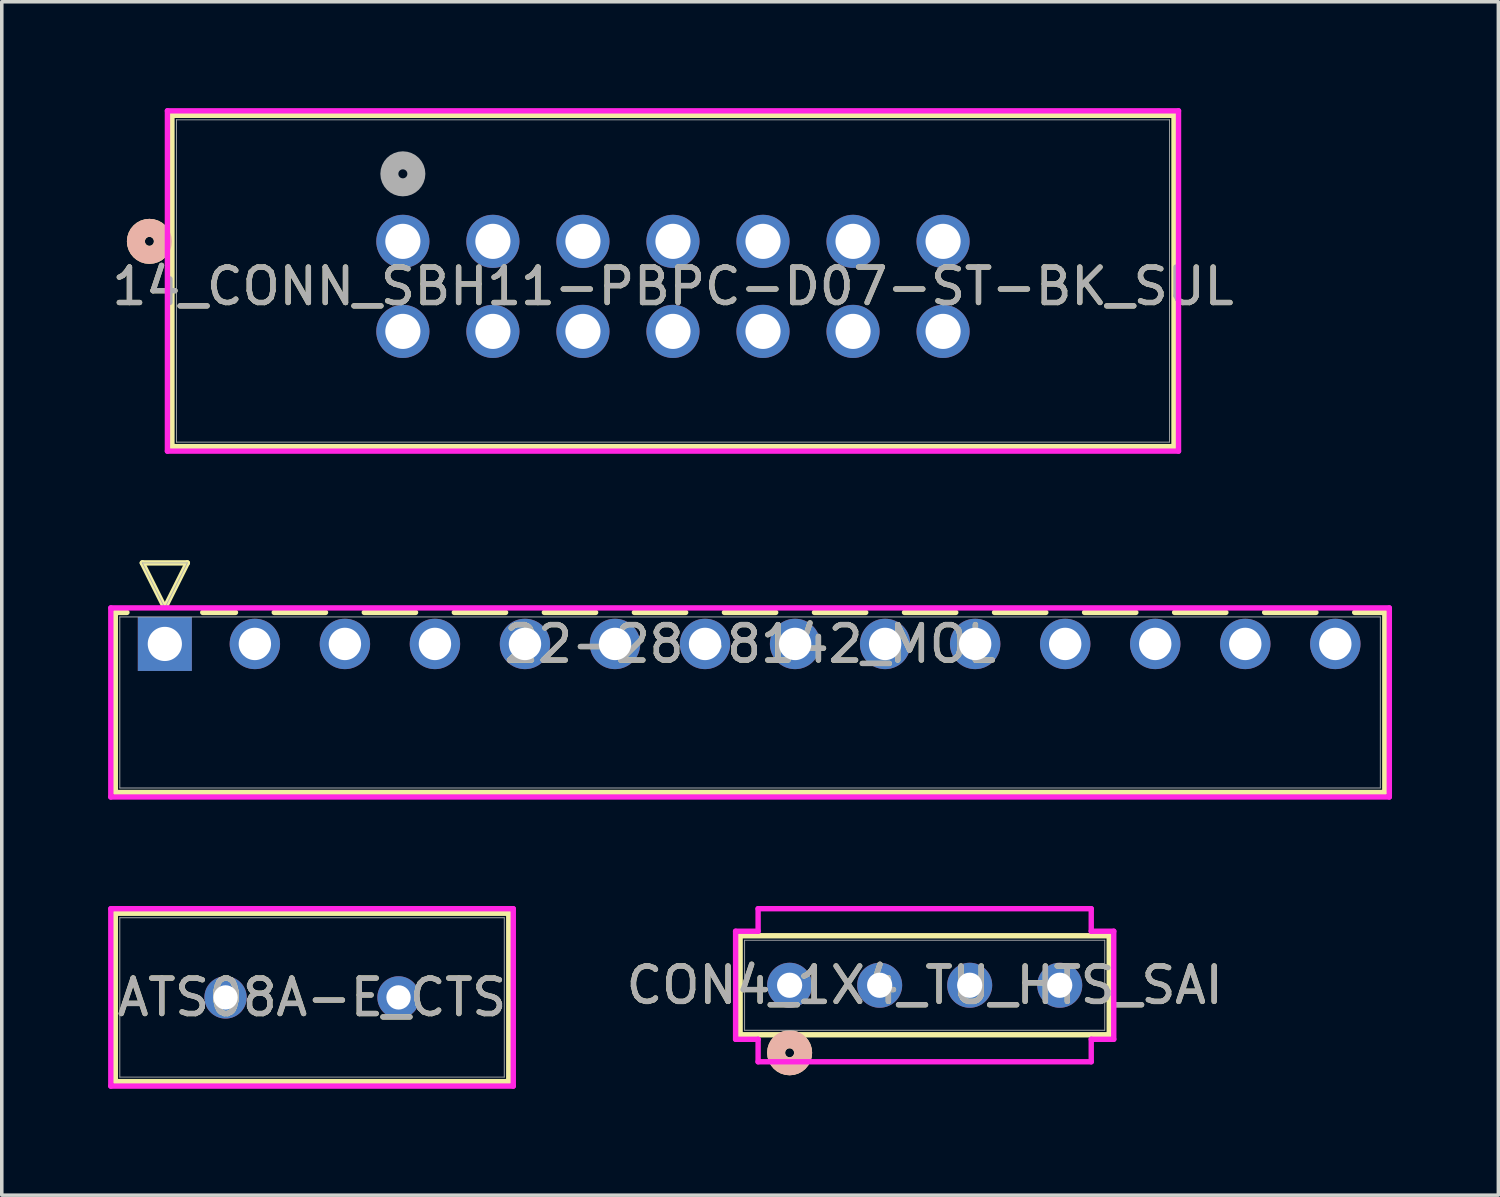
<source format=kicad_pcb>
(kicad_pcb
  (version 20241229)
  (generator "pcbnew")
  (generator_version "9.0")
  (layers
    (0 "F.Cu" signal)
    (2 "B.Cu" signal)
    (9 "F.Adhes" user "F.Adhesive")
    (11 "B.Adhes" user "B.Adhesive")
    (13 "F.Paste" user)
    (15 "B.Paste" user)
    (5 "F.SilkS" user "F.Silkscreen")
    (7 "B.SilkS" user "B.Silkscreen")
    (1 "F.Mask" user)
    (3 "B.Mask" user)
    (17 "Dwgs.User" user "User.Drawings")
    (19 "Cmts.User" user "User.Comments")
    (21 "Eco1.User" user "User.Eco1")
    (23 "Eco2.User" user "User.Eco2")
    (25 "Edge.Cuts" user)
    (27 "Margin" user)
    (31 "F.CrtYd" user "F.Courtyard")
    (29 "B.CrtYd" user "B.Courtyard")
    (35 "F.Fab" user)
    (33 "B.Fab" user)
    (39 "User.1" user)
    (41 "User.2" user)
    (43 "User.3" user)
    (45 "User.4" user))
  (footprint "14_CONN_SBH11-PBPC-D07-ST-BK_SUL"
    (layer "F.Cu")
    (at 8.315 3.759)
    (property "Reference" "14_CONN_SBH11-PBPC-D07-ST-BK_SUL" (at 7.62 1.27 0) (unlocked yes) (layer "F.SilkS") (effects (font (size 1 1) (thickness 0.15))))
    (attr through_hole)
    (fp_line (start -6.515 -3.556) (end -6.515 5.791) (stroke (width 0.152) (type solid)) (layer "F.SilkS"))
    (fp_line (start -6.515 5.791) (end 21.755 5.791) (stroke (width 0.152) (type solid)) (layer "F.SilkS"))
    (fp_line (start 21.755 -3.556) (end -6.515 -3.556) (stroke (width 0.152) (type solid)) (layer "F.SilkS"))
    (fp_line (start 21.755 5.791) (end 21.755 -3.556) (stroke (width 0.152) (type solid)) (layer "F.SilkS"))
    (fp_circle (center -7.15 0) (end -6.769 0) (stroke (width 0.508) (type solid)) (fill no) (layer "F.SilkS"))
    (fp_circle (center -7.15 0) (end -6.769 0) (stroke (width 0.508) (type solid)) (fill no) (layer "B.SilkS"))
    (fp_line (start -6.642 -3.683) (end -6.642 5.918) (stroke (width 0.152) (type solid)) (layer "F.CrtYd"))
    (fp_line (start -6.642 5.918) (end 21.882 5.918) (stroke (width 0.152) (type solid)) (layer "F.CrtYd"))
    (fp_line (start 21.882 -3.683) (end -6.642 -3.683) (stroke (width 0.152) (type solid)) (layer "F.CrtYd"))
    (fp_line (start 21.882 5.918) (end 21.882 -3.683) (stroke (width 0.152) (type solid)) (layer "F.CrtYd"))
    (fp_line (start -6.388 -3.429) (end -6.388 5.664) (stroke (width 0.025) (type solid)) (layer "F.Fab"))
    (fp_line (start -6.388 5.664) (end 21.628 5.664) (stroke (width 0.025) (type solid)) (layer "F.Fab"))
    (fp_line (start 21.628 -3.429) (end -6.388 -3.429) (stroke (width 0.025) (type solid)) (layer "F.Fab"))
    (fp_line (start 21.628 5.664) (end 21.628 -3.429) (stroke (width 0.025) (type solid)) (layer "F.Fab"))
    (fp_circle (center 0 -1.905) (end 0.381 -1.905) (stroke (width 0.508) (type solid)) (fill no) (layer "F.Fab"))
    (fp_text user "${REFERENCE}" (at 7.62 1.27 0) (unlocked yes) (layer "F.Fab") (effects (font (size 1 1) (thickness 0.15))))
    (pad "1" thru_hole circle (at 0 0) (size 1.499 1.499) (drill 0.991) (layers "*.Cu" "*.Mask"))
    (pad "2" thru_hole circle (at 0 2.54) (size 1.499 1.499) (drill 0.991) (layers "*.Cu" "*.Mask"))
    (pad "3" thru_hole circle (at 2.54 0) (size 1.499 1.499) (drill 0.991) (layers "*.Cu" "*.Mask"))
    (pad "4" thru_hole circle (at 2.54 2.54) (size 1.499 1.499) (drill 0.991) (layers "*.Cu" "*.Mask"))
    (pad "5" thru_hole circle (at 5.08 0) (size 1.499 1.499) (drill 0.991) (layers "*.Cu" "*.Mask"))
    (pad "6" thru_hole circle (at 5.08 2.54) (size 1.499 1.499) (drill 0.991) (layers "*.Cu" "*.Mask"))
    (pad "7" thru_hole circle (at 7.62 0) (size 1.499 1.499) (drill 0.991) (layers "*.Cu" "*.Mask"))
    (pad "8" thru_hole circle (at 7.62 2.54) (size 1.499 1.499) (drill 0.991) (layers "*.Cu" "*.Mask"))
    (pad "9" thru_hole circle (at 10.16 0) (size 1.499 1.499) (drill 0.991) (layers "*.Cu" "*.Mask"))
    (pad "10" thru_hole circle (at 10.16 2.54) (size 1.499 1.499) (drill 0.991) (layers "*.Cu" "*.Mask"))
    (pad "11" thru_hole circle (at 12.7 0) (size 1.499 1.499) (drill 0.991) (layers "*.Cu" "*.Mask"))
    (pad "12" thru_hole circle (at 12.7 2.54) (size 1.499 1.499) (drill 0.991) (layers "*.Cu" "*.Mask"))
    (pad "13" thru_hole circle (at 15.24 0) (size 1.499 1.499) (drill 0.991) (layers "*.Cu" "*.Mask"))
    (pad "14" thru_hole circle (at 15.24 2.54) (size 1.499 1.499) (drill 0.991) (layers "*.Cu" "*.Mask")))
  (footprint "ATS08A-E_CTS"
    (layer "F.Cu")
    (at 3.313 25.088)
    (property "Reference" "ATS08A-E_CTS" (at 2.44 0 0) (unlocked yes) (layer "F.SilkS") (effects (font (size 1 1) (thickness 0.15))))
    (attr through_hole)
    (fp_line (start -3.11 -2.375) (end -3.11 2.375) (stroke (width 0.152) (type solid)) (layer "F.SilkS"))
    (fp_line (start 7.99 -2.375) (end -3.11 -2.375) (stroke (width 0.152) (type solid)) (layer "F.SilkS"))
    (fp_line (start 7.99 -2.375) (end 7.99 2.375) (stroke (width 0.152) (type solid)) (layer "F.SilkS"))
    (fp_line (start 7.99 2.375) (end -3.11 2.375) (stroke (width 0.152) (type solid)) (layer "F.SilkS"))
    (fp_line (start -3.237 -2.502) (end 8.117 -2.502) (stroke (width 0.152) (type solid)) (layer "F.CrtYd"))
    (fp_line (start -3.237 2.502) (end -3.237 -2.502) (stroke (width 0.152) (type solid)) (layer "F.CrtYd"))
    (fp_line (start 8.117 -2.502) (end 8.117 2.502) (stroke (width 0.152) (type solid)) (layer "F.CrtYd"))
    (fp_line (start 8.117 2.502) (end -3.237 2.502) (stroke (width 0.152) (type solid)) (layer "F.CrtYd"))
    (fp_line (start -2.983 -2.248) (end -2.983 2.248) (stroke (width 0.025) (type solid)) (layer "F.Fab"))
    (fp_line (start 7.863 -2.248) (end -2.983 -2.248) (stroke (width 0.025) (type solid)) (layer "F.Fab"))
    (fp_line (start 7.863 -2.248) (end 7.863 2.248) (stroke (width 0.025) (type solid)) (layer "F.Fab"))
    (fp_line (start 7.863 2.248) (end -2.983 2.248) (stroke (width 0.025) (type solid)) (layer "F.Fab"))
    (fp_circle (center -2.475 0) (end -2.475 0) (stroke (width 0.025) (type solid)) (fill no) (layer "F.Fab"))
    (fp_text user "${REFERENCE}" (at 2.44 0 0) (unlocked yes) (layer "F.Fab") (effects (font (size 1 1) (thickness 0.15))))
    (pad "1" thru_hole circle (at 0 0) (size 1.194 1.194) (drill 0.686) (layers "*.Cu" "*.Mask"))
    (pad "2" thru_hole circle (at 4.88 0) (size 1.194 1.194) (drill 0.686) (layers "*.Cu" "*.Mask")))
  (footprint "CON4_1X4_TU_HTS_SAI"
    (layer "F.Cu")
    (at 23.036 24.745)
    (property "Reference" "CON4_1X4_TU_HTS_SAI" (at 0 0 0) (unlocked yes) (layer "F.SilkS") (effects (font (size 1 1) (thickness 0.15))))
    (attr through_hole)
    (fp_line (start -5.207 -1.397) (end -5.207 1.397) (stroke (width 0.152) (type solid)) (layer "F.SilkS"))
    (fp_line (start -5.207 1.397) (end 5.207 1.397) (stroke (width 0.152) (type solid)) (layer "F.SilkS"))
    (fp_line (start 5.207 -1.397) (end -5.207 -1.397) (stroke (width 0.152) (type solid)) (layer "F.SilkS"))
    (fp_line (start 5.207 1.397) (end 5.207 -1.397) (stroke (width 0.152) (type solid)) (layer "F.SilkS"))
    (fp_circle (center -3.81 1.905) (end -3.429 1.905) (stroke (width 0.508) (type solid)) (fill no) (layer "F.SilkS"))
    (fp_circle (center -3.81 1.905) (end -3.429 1.905) (stroke (width 0.508) (type solid)) (fill no) (layer "B.SilkS"))
    (fp_line (start -5.334 -1.524) (end -5.334 1.524) (stroke (width 0.152) (type solid)) (layer "F.CrtYd"))
    (fp_line (start -5.334 1.524) (end -4.699 1.524) (stroke (width 0.152) (type solid)) (layer "F.CrtYd"))
    (fp_line (start -4.699 -2.159) (end -4.699 -1.524) (stroke (width 0.152) (type solid)) (layer "F.CrtYd"))
    (fp_line (start -4.699 -1.524) (end -5.334 -1.524) (stroke (width 0.152) (type solid)) (layer "F.CrtYd"))
    (fp_line (start -4.699 1.524) (end -4.699 2.159) (stroke (width 0.152) (type solid)) (layer "F.CrtYd"))
    (fp_line (start -4.699 2.159) (end 4.699 2.159) (stroke (width 0.152) (type solid)) (layer "F.CrtYd"))
    (fp_line (start 4.699 -2.159) (end -4.699 -2.159) (stroke (width 0.152) (type solid)) (layer "F.CrtYd"))
    (fp_line (start 4.699 -1.524) (end 4.699 -2.159) (stroke (width 0.152) (type solid)) (layer "F.CrtYd"))
    (fp_line (start 4.699 1.524) (end 5.334 1.524) (stroke (width 0.152) (type solid)) (layer "F.CrtYd"))
    (fp_line (start 4.699 2.159) (end 4.699 1.524) (stroke (width 0.152) (type solid)) (layer "F.CrtYd"))
    (fp_line (start 5.334 -1.524) (end 4.699 -1.524) (stroke (width 0.152) (type solid)) (layer "F.CrtYd"))
    (fp_line (start 5.334 1.524) (end 5.334 -1.524) (stroke (width 0.152) (type solid)) (layer "F.CrtYd"))
    (fp_line (start -5.08 -1.27) (end -5.08 1.27) (stroke (width 0.025) (type solid)) (layer "F.Fab"))
    (fp_line (start -5.08 1.27) (end 5.08 1.27) (stroke (width 0.025) (type solid)) (layer "F.Fab"))
    (fp_line (start 5.08 -1.27) (end -5.08 -1.27) (stroke (width 0.025) (type solid)) (layer "F.Fab"))
    (fp_line (start 5.08 1.27) (end 5.08 -1.27) (stroke (width 0.025) (type solid)) (layer "F.Fab"))
    (fp_circle (center -3.81 0) (end -3.556 0) (stroke (width 0.025) (type solid)) (fill no) (layer "F.Fab"))
    (fp_text user "${REFERENCE}" (at 0 0 0) (unlocked yes) (layer "F.Fab") (effects (font (size 1 1) (thickness 0.15))))
    (pad "1" thru_hole circle (at -3.81 0 90) (size 1.27 1.27) (drill 0.711) (layers "*.Cu" "*.Mask"))
    (pad "2" thru_hole circle (at -1.27 0 90) (size 1.27 1.27) (drill 0.711) (layers "*.Cu" "*.Mask"))
    (pad "3" thru_hole circle (at 1.27 0 90) (size 1.27 1.27) (drill 0.711) (layers "*.Cu" "*.Mask"))
    (pad "4" thru_hole circle (at 3.81 0 90) (size 1.27 1.27) (drill 0.711) (layers "*.Cu" "*.Mask")))
  (footprint "22-28-8142_MOL"
    (layer "F.Cu")
    (at 1.6 15.116)
    (property "Reference" "22-28-8142_MOL" (at 16.51 0 0) (unlocked yes) (layer "F.SilkS") (effects (font (size 1 1) (thickness 0.15))))
    (attr through_hole)
    (fp_line (start -1.397 -0.889) (end -1.397 4.191) (stroke (width 0.152) (type solid)) (layer "F.SilkS"))
    (fp_line (start -1.397 4.191) (end 34.417 4.191) (stroke (width 0.152) (type solid)) (layer "F.SilkS"))
    (fp_line (start -1.07 -0.889) (end -1.397 -0.889) (stroke (width 0.152) (type solid)) (layer "F.SilkS"))
    (fp_line (start -0.635 -2.286) (end 0.635 -2.286) (stroke (width 0.152) (type solid)) (layer "F.SilkS"))
    (fp_line (start -0.039 -1.095) (end -0.635 -2.286) (stroke (width 0.152) (type solid)) (layer "F.SilkS"))
    (fp_line (start 0.635 -2.286) (end 0.039 -1.095) (stroke (width 0.152) (type solid)) (layer "F.SilkS"))
    (fp_line (start 1.993 -0.889) (end 1.07 -0.889) (stroke (width 0.152) (type solid)) (layer "F.SilkS"))
    (fp_line (start 4.533 -0.889) (end 3.087 -0.889) (stroke (width 0.152) (type solid)) (layer "F.SilkS"))
    (fp_line (start 7.073 -0.889) (end 5.627 -0.889) (stroke (width 0.152) (type solid)) (layer "F.SilkS"))
    (fp_line (start 9.613 -0.889) (end 8.167 -0.889) (stroke (width 0.152) (type solid)) (layer "F.SilkS"))
    (fp_line (start 12.153 -0.889) (end 10.707 -0.889) (stroke (width 0.152) (type solid)) (layer "F.SilkS"))
    (fp_line (start 14.693 -0.889) (end 13.247 -0.889) (stroke (width 0.152) (type solid)) (layer "F.SilkS"))
    (fp_line (start 17.233 -0.889) (end 15.787 -0.889) (stroke (width 0.152) (type solid)) (layer "F.SilkS"))
    (fp_line (start 19.773 -0.889) (end 18.327 -0.889) (stroke (width 0.152) (type solid)) (layer "F.SilkS"))
    (fp_line (start 22.313 -0.889) (end 20.867 -0.889) (stroke (width 0.152) (type solid)) (layer "F.SilkS"))
    (fp_line (start 24.853 -0.889) (end 23.407 -0.889) (stroke (width 0.152) (type solid)) (layer "F.SilkS"))
    (fp_line (start 27.393 -0.889) (end 25.947 -0.889) (stroke (width 0.152) (type solid)) (layer "F.SilkS"))
    (fp_line (start 29.933 -0.889) (end 28.487 -0.889) (stroke (width 0.152) (type solid)) (layer "F.SilkS"))
    (fp_line (start 32.473 -0.889) (end 31.027 -0.889) (stroke (width 0.152) (type solid)) (layer "F.SilkS"))
    (fp_line (start 34.417 -0.889) (end 33.567 -0.889) (stroke (width 0.152) (type solid)) (layer "F.SilkS"))
    (fp_line (start 34.417 4.191) (end 34.417 -0.889) (stroke (width 0.152) (type solid)) (layer "F.SilkS"))
    (fp_line (start -1.524 -1.016) (end -1.524 4.318) (stroke (width 0.152) (type solid)) (layer "F.CrtYd"))
    (fp_line (start -1.524 4.318) (end 34.544 4.318) (stroke (width 0.152) (type solid)) (layer "F.CrtYd"))
    (fp_line (start 34.544 -1.016) (end -1.524 -1.016) (stroke (width 0.152) (type solid)) (layer "F.CrtYd"))
    (fp_line (start 34.544 4.318) (end 34.544 -1.016) (stroke (width 0.152) (type solid)) (layer "F.CrtYd"))
    (fp_line (start -1.27 -0.762) (end -1.27 4.064) (stroke (width 0.025) (type solid)) (layer "F.Fab"))
    (fp_line (start -1.27 4.064) (end 34.29 4.064) (stroke (width 0.025) (type solid)) (layer "F.Fab"))
    (fp_line (start -0.635 -2.286) (end 0.635 -2.286) (stroke (width 0.025) (type solid)) (layer "F.Fab"))
    (fp_line (start 0 -1.016) (end -0.635 -2.286) (stroke (width 0.025) (type solid)) (layer "F.Fab"))
    (fp_line (start 0.635 -2.286) (end 0 -1.016) (stroke (width 0.025) (type solid)) (layer "F.Fab"))
    (fp_line (start 34.29 -0.762) (end -1.27 -0.762) (stroke (width 0.025) (type solid)) (layer "F.Fab"))
    (fp_line (start 34.29 4.064) (end 34.29 -0.762) (stroke (width 0.025) (type solid)) (layer "F.Fab"))
    (fp_text user "${REFERENCE}" (at 16.51 0 0) (unlocked yes) (layer "F.Fab") (effects (font (size 1 1) (thickness 0.15))))
    (pad "1" thru_hole rect (at 0 0) (size 1.524 1.524) (drill 0.965) (layers "*.Cu" "*.Mask"))
    (pad "2" thru_hole circle (at 2.54 0) (size 1.422 1.422) (drill 0.914) (layers "*.Cu" "*.Mask"))
    (pad "3" thru_hole circle (at 5.08 0) (size 1.422 1.422) (drill 0.914) (layers "*.Cu" "*.Mask"))
    (pad "4" thru_hole circle (at 7.62 0) (size 1.422 1.422) (drill 0.914) (layers "*.Cu" "*.Mask"))
    (pad "5" thru_hole circle (at 10.16 0) (size 1.422 1.422) (drill 0.914) (layers "*.Cu" "*.Mask"))
    (pad "6" thru_hole circle (at 12.7 0) (size 1.422 1.422) (drill 0.914) (layers "*.Cu" "*.Mask"))
    (pad "7" thru_hole circle (at 15.24 0) (size 1.422 1.422) (drill 0.914) (layers "*.Cu" "*.Mask"))
    (pad "8" thru_hole circle (at 17.78 0) (size 1.422 1.422) (drill 0.914) (layers "*.Cu" "*.Mask"))
    (pad "9" thru_hole circle (at 20.32 0) (size 1.422 1.422) (drill 0.914) (layers "*.Cu" "*.Mask"))
    (pad "10" thru_hole circle (at 22.86 0) (size 1.422 1.422) (drill 0.914) (layers "*.Cu" "*.Mask"))
    (pad "11" thru_hole circle (at 25.4 0) (size 1.422 1.422) (drill 0.914) (layers "*.Cu" "*.Mask"))
    (pad "12" thru_hole circle (at 27.94 0) (size 1.422 1.422) (drill 0.914) (layers "*.Cu" "*.Mask"))
    (pad "13" thru_hole circle (at 30.48 0) (size 1.422 1.422) (drill 0.914) (layers "*.Cu" "*.Mask"))
    (pad "14" thru_hole circle (at 33.02 0) (size 1.422 1.422) (drill 0.914) (layers "*.Cu" "*.Mask")))
  (gr_rect
    (start -3 -3)
    (end 39.22 30.666)
    (stroke (width 0.1) (type default))
    (fill no)
    (layer "Edge.Cuts")))
</source>
